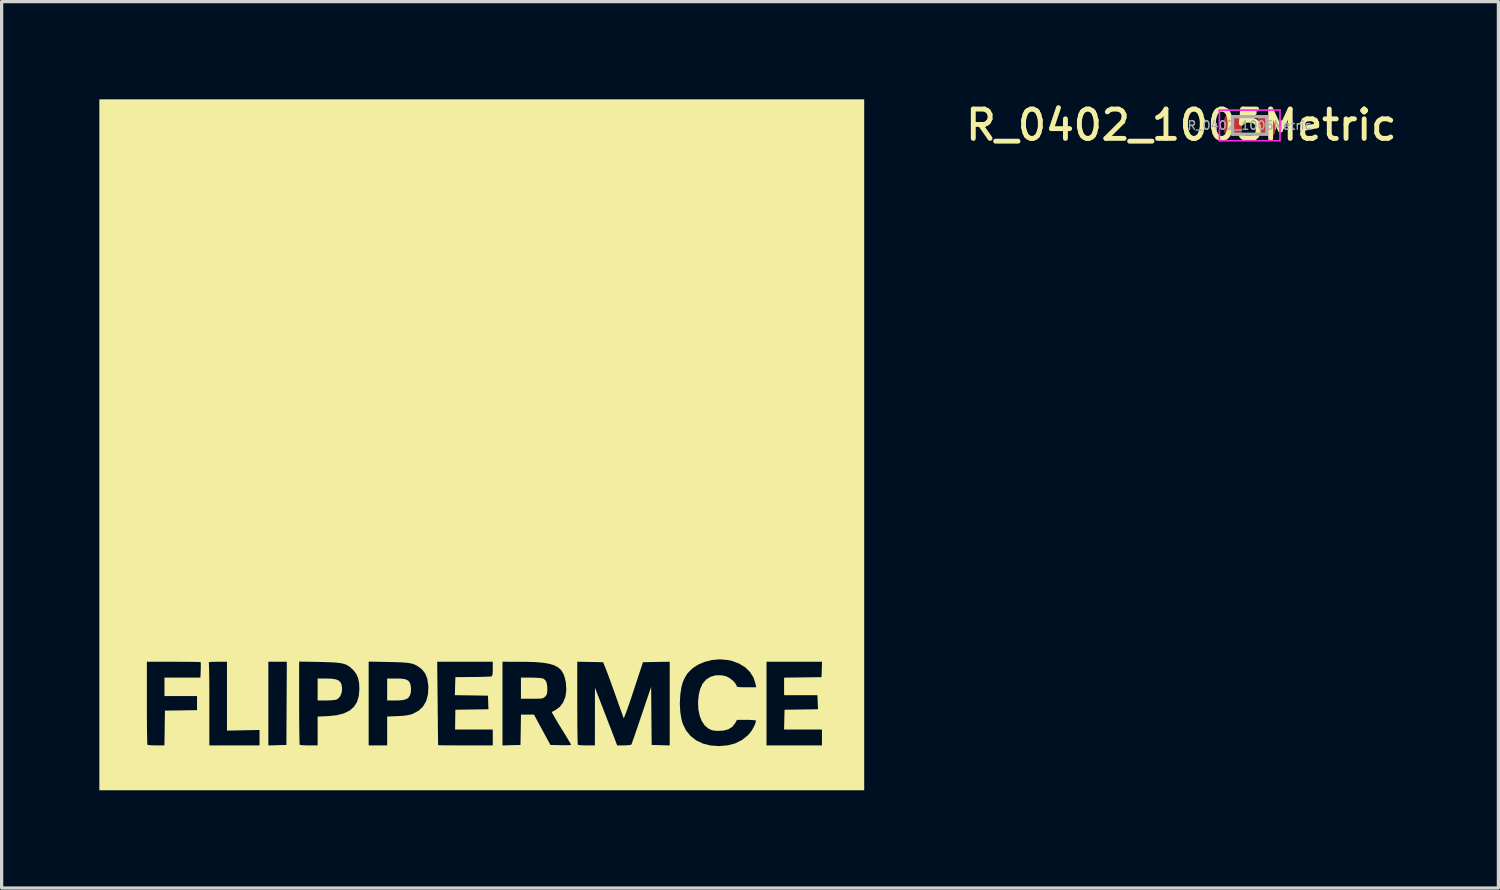
<source format=kicad_pcb>
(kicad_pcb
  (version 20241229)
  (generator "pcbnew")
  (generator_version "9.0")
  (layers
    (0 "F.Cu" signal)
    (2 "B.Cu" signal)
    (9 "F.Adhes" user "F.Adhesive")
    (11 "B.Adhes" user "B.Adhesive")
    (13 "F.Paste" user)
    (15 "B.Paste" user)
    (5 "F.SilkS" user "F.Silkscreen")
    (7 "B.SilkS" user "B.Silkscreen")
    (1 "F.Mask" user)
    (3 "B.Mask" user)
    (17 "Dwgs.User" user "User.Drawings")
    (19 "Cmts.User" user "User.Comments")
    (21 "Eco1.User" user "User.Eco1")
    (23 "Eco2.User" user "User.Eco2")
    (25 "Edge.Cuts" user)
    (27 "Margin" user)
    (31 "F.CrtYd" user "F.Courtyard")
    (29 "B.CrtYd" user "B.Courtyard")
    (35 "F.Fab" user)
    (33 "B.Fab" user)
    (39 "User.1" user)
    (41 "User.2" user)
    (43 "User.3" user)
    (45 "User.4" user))
  (footprint "R_0402_1005Metric"
    (layer "F.Cu")
    (at 35.316 0.8)
    (property "Reference" "R_0402_1005Metric" (at -2.1 -0.01 0) (layer "F.SilkS") (effects (font (size 0.9 0.9) (thickness 0.15))))
    (attr smd)
    (fp_line (start -0.154 -0.38) (end 0.154 -0.38) (stroke (width 0.12) (type solid)) (layer "F.SilkS"))
    (fp_line (start -0.154 0.38) (end 0.154 0.38) (stroke (width 0.12) (type solid)) (layer "F.SilkS"))
    (fp_line (start -0.93 -0.47) (end 0.93 -0.47) (stroke (width 0.05) (type solid)) (layer "F.CrtYd"))
    (fp_line (start -0.93 0.47) (end -0.93 -0.47) (stroke (width 0.05) (type solid)) (layer "F.CrtYd"))
    (fp_line (start 0.93 -0.47) (end 0.93 0.47) (stroke (width 0.05) (type solid)) (layer "F.CrtYd"))
    (fp_line (start 0.93 0.47) (end -0.93 0.47) (stroke (width 0.05) (type solid)) (layer "F.CrtYd"))
    (fp_line (start -0.525 -0.27) (end 0.525 -0.27) (stroke (width 0.1) (type solid)) (layer "F.Fab"))
    (fp_line (start -0.525 0.27) (end -0.525 -0.27) (stroke (width 0.1) (type solid)) (layer "F.Fab"))
    (fp_line (start 0.525 -0.27) (end 0.525 0.27) (stroke (width 0.1) (type solid)) (layer "F.Fab"))
    (fp_line (start 0.525 0.27) (end -0.525 0.27) (stroke (width 0.1) (type solid)) (layer "F.Fab"))
    (fp_text user "${REFERENCE}" (at 0 0 0) (layer "F.Fab") (effects (font (size 0.26 0.26) (thickness 0.04))))
    (pad "1" smd roundrect (at -0.51 0) (size 0.54 0.64) (layers "F.Cu" "F.Mask" "F.Paste") (roundrect_rratio 0.25))
    (pad "2" smd roundrect (at 0.51 0) (size 0.54 0.64) (layers "F.Cu" "F.Mask" "F.Paste") (roundrect_rratio 0.25)))
  (footprint "flipper-LOGO-1"
    (layer "F.Cu")
    (at 11.727 10.592)
    (property "Reference" "flipper-LOGO-1" (at 0 0 0) (layer "F.SilkS") (effects (font (size 1.5 1.5) (thickness 0.3))))
    (attr board_only exclude_from_pos_files exclude_from_bom)
    (fp_poly (pts (xy -4.594 7.194) (xy -4.466 7.214) (xy -4.378 7.252) (xy -4.321 7.308) (xy -4.298 7.356) (xy -4.274 7.485) (xy -4.285 7.613) (xy -4.328 7.726) (xy -4.399 7.808) (xy -4.431 7.829) (xy -4.493 7.845) (xy -4.596 7.857) (xy -4.726 7.862) (xy -4.763 7.863) (xy -5.026 7.863) (xy -5.026 7.525) (xy -5.026 7.188) (xy -4.767 7.188)) (stroke (width 0) (type solid)) (fill yes) (layer "F.SilkS"))
    (fp_poly (pts (xy -2.481 7.191) (xy -2.369 7.203) (xy -2.29 7.227) (xy -2.235 7.265) (xy -2.201 7.307) (xy -2.171 7.389) (xy -2.158 7.499) (xy -2.165 7.613) (xy -2.188 7.698) (xy -2.23 7.769) (xy -2.295 7.817) (xy -2.391 7.847) (xy -2.525 7.861) (xy -2.632 7.863) (xy -2.891 7.863) (xy -2.891 7.525) (xy -2.891 7.188) (xy -2.636 7.188)) (stroke (width 0) (type solid)) (fill yes) (layer "F.SilkS"))
    (fp_poly (pts (xy 1.656 7.163) (xy 1.772 7.17) (xy 1.859 7.18) (xy 1.901 7.191) (xy 1.966 7.241) (xy 2.007 7.324) (xy 2.025 7.447) (xy 2.027 7.514) (xy 2.023 7.613) (xy 2.008 7.678) (xy 1.976 7.727) (xy 1.96 7.743) (xy 1.93 7.77) (xy 1.897 7.789) (xy 1.851 7.801) (xy 1.78 7.807) (xy 1.675 7.809) (xy 1.555 7.809) (xy 1.216 7.809) (xy 1.216 7.485) (xy 1.216 7.161) (xy 1.525 7.161)) (stroke (width 0) (type solid)) (fill yes) (layer "F.SilkS"))
    (fp_poly (pts (xy 11.754 0.014) (xy 11.754 10.619) (xy 0.014 10.619) (xy -11.727 10.619) (xy -11.727 7.94) (xy -10.268 7.94) (xy -10.268 8.196) (xy -10.267 8.436) (xy -10.265 8.654) (xy -10.263 8.844) (xy -10.26 9.002) (xy -10.257 9.121) (xy -10.254 9.197) (xy -10.25 9.223) (xy -10.217 9.231) (xy -10.142 9.237) (xy -10.04 9.241) (xy -9.98 9.241) (xy -9.729 9.241) (xy -9.721 8.708) (xy -9.714 8.174) (xy -9.221 8.167) (xy -8.728 8.159) (xy -8.728 7.944) (xy -8.728 7.728) (xy -9.228 7.728) (xy -9.728 7.728) (xy -9.728 7.444) (xy -9.728 7.161) (xy -9.176 7.161) (xy -8.624 7.161) (xy -8.615 6.929) (xy -8.612 6.823) (xy -8.613 6.739) (xy -8.615 6.7) (xy -8.368 6.7) (xy -8.366 6.717) (xy -8.363 6.752) (xy -8.359 6.836) (xy -8.357 6.962) (xy -8.354 7.126) (xy -8.352 7.321) (xy -8.351 7.543) (xy -8.35 7.785) (xy -8.35 8.001) (xy -8.35 9.241) (xy -7.579 9.241) (xy -6.809 9.241) (xy -6.809 9.005) (xy -6.809 8.768) (xy -7.309 8.778) (xy -7.809 8.788) (xy -7.809 7.959) (xy -6.539 7.959) (xy -6.539 9.243) (xy -6.262 9.235) (xy -5.985 9.228) (xy -5.978 7.951) (xy -5.978 7.937) (xy -5.593 7.937) (xy -5.593 8.194) (xy -5.592 8.434) (xy -5.59 8.652) (xy -5.588 8.843) (xy -5.585 9.001) (xy -5.582 9.12) (xy -5.579 9.196) (xy -5.575 9.223) (xy -5.542 9.231) (xy -5.468 9.237) (xy -5.364 9.241) (xy -5.292 9.241) (xy -5.026 9.241) (xy -5.026 8.799) (xy -5.026 8.357) (xy -4.708 8.343) (xy -4.443 8.316) (xy -4.222 8.26) (xy -4.045 8.174) (xy -3.91 8.057) (xy -3.846 7.955) (xy -3.459 7.955) (xy -3.459 9.241) (xy -3.175 9.241) (xy -2.891 9.241) (xy -2.891 8.799) (xy -2.891 8.356) (xy -2.574 8.343) (xy -2.403 8.333) (xy -2.272 8.317) (xy -2.166 8.293) (xy -2.104 8.272) (xy -1.927 8.178) (xy -1.79 8.048) (xy -1.694 7.883) (xy -1.639 7.684) (xy -1.626 7.453) (xy -1.629 7.385) (xy -1.661 7.189) (xy -1.724 7.032) (xy -1.824 6.907) (xy -1.903 6.844) (xy -1.973 6.799) (xy -2.039 6.763) (xy -2.111 6.737) (xy -2.196 6.717) (xy -2.302 6.703) (xy -2.437 6.694) (xy -2.609 6.687) (xy -2.827 6.682) (xy -2.844 6.681) (xy -3.2 6.674) (xy -1.355 6.674) (xy -1.341 7.951) (xy -1.339 8.208) (xy -1.336 8.448) (xy -1.334 8.666) (xy -1.332 8.856) (xy -1.33 9.013) (xy -1.328 9.132) (xy -1.327 9.208) (xy -1.326 9.235) (xy -1.3 9.236) (xy -1.226 9.238) (xy -1.111 9.239) (xy -0.961 9.24) (xy -0.784 9.241) (xy -0.585 9.241) (xy -0.486 9.241) (xy 0.351 9.241) (xy 0.351 8.998) (xy 0.351 8.755) (xy -0.227 8.755) (xy -0.806 8.755) (xy -0.802 8.451) (xy -0.797 8.147) (xy -0.289 8.14) (xy 0.218 8.132) (xy 0.212 7.959) (xy 0.649 7.959) (xy 0.649 9.243) (xy 0.925 9.235) (xy 1.202 9.228) (xy 1.21 8.762) (xy 1.217 8.296) (xy 1.417 8.296) (xy 1.616 8.296) (xy 1.868 8.762) (xy 2.121 9.228) (xy 2.439 9.235) (xy 2.562 9.237) (xy 2.664 9.235) (xy 2.732 9.231) (xy 2.756 9.224) (xy 2.743 9.196) (xy 2.705 9.13) (xy 2.649 9.036) (xy 2.58 8.922) (xy 2.545 8.865) (xy 2.461 8.73) (xy 2.379 8.596) (xy 2.308 8.477) (xy 2.255 8.387) (xy 2.246 8.371) (xy 2.159 8.217) (xy 2.265 8.163) (xy 2.406 8.062) (xy 2.499 7.939) (xy 2.945 7.939) (xy 2.946 8.196) (xy 2.947 8.435) (xy 2.948 8.653) (xy 2.951 8.844) (xy 2.953 9.001) (xy 2.956 9.121) (xy 2.96 9.197) (xy 2.963 9.223) (xy 2.997 9.231) (xy 3.071 9.237) (xy 3.173 9.241) (xy 3.234 9.241) (xy 3.486 9.241) (xy 3.487 8.356) (xy 3.488 7.471) (xy 3.577 7.701) (xy 3.688 7.987) (xy 3.781 8.227) (xy 3.858 8.427) (xy 3.921 8.591) (xy 3.973 8.723) (xy 4.014 8.83) (xy 4.046 8.916) (xy 4.073 8.985) (xy 4.095 9.042) (xy 4.101 9.059) (xy 4.17 9.241) (xy 4.38 9.241) (xy 4.482 9.238) (xy 4.561 9.23) (xy 4.604 9.218) (xy 4.607 9.215) (xy 4.619 9.184) (xy 4.646 9.108) (xy 4.687 8.993) (xy 4.738 8.845) (xy 4.798 8.67) (xy 4.864 8.474) (xy 4.918 8.316) (xy 5.213 7.444) (xy 5.221 8.336) (xy 5.229 9.228) (xy 5.506 9.235) (xy 5.783 9.243) (xy 5.783 7.961) (xy 6.093 7.961) (xy 6.108 8.221) (xy 6.149 8.458) (xy 6.184 8.576) (xy 6.283 8.781) (xy 6.422 8.952) (xy 6.597 9.088) (xy 6.804 9.186) (xy 7.039 9.245) (xy 7.298 9.263) (xy 7.566 9.24) (xy 7.797 9.179) (xy 8.007 9.074) (xy 8.185 8.929) (xy 8.209 8.904) (xy 8.289 8.803) (xy 8.357 8.69) (xy 8.407 8.581) (xy 8.43 8.492) (xy 8.431 8.48) (xy 8.405 8.471) (xy 8.337 8.464) (xy 8.237 8.459) (xy 8.14 8.458) (xy 7.85 8.458) (xy 7.788 8.566) (xy 7.701 8.675) (xy 7.584 8.748) (xy 7.431 8.787) (xy 7.296 8.795) (xy 7.18 8.792) (xy 7.097 8.78) (xy 7.025 8.753) (xy 6.967 8.721) (xy 6.853 8.624) (xy 6.763 8.486) (xy 6.699 8.316) (xy 6.661 8.121) (xy 6.655 7.958) (xy 8.755 7.958) (xy 8.755 9.241) (xy 9.606 9.241) (xy 10.457 9.241) (xy 10.457 8.998) (xy 10.457 8.755) (xy 9.875 8.755) (xy 9.294 8.755) (xy 9.301 8.451) (xy 9.309 8.147) (xy 9.822 8.14) (xy 10.336 8.132) (xy 10.327 7.917) (xy 10.318 7.701) (xy 9.807 7.701) (xy 9.295 7.701) (xy 9.295 7.431) (xy 9.295 7.162) (xy 9.87 7.154) (xy 10.444 7.147) (xy 10.452 6.911) (xy 10.459 6.674) (xy 9.607 6.674) (xy 8.755 6.674) (xy 8.755 7.958) (xy 6.655 7.958) (xy 6.653 7.909) (xy 6.675 7.69) (xy 6.717 7.512) (xy 6.791 7.349) (xy 6.901 7.221) (xy 7.041 7.133) (xy 7.203 7.088) (xy 7.379 7.089) (xy 7.519 7.122) (xy 7.604 7.164) (xy 7.691 7.227) (xy 7.768 7.3) (xy 7.82 7.369) (xy 7.836 7.417) (xy 7.845 7.435) (xy 7.876 7.447) (xy 7.938 7.454) (xy 8.04 7.457) (xy 8.136 7.458) (xy 8.437 7.458) (xy 8.418 7.357) (xy 8.357 7.161) (xy 8.249 6.989) (xy 8.099 6.843) (xy 7.912 6.728) (xy 7.691 6.647) (xy 7.563 6.62) (xy 7.324 6.6) (xy 7.087 6.62) (xy 6.86 6.676) (xy 6.653 6.764) (xy 6.475 6.882) (xy 6.334 7.025) (xy 6.299 7.074) (xy 6.23 7.195) (xy 6.179 7.316) (xy 6.143 7.454) (xy 6.116 7.624) (xy 6.107 7.696) (xy 6.093 7.961) (xy 5.783 7.961) (xy 5.783 7.958) (xy 5.783 6.673) (xy 5.372 6.68) (xy 4.962 6.688) (xy 4.673 7.566) (xy 4.605 7.771) (xy 4.542 7.956) (xy 4.486 8.117) (xy 4.438 8.247) (xy 4.401 8.342) (xy 4.377 8.395) (xy 4.369 8.404) (xy 4.356 8.368) (xy 4.327 8.289) (xy 4.286 8.173) (xy 4.234 8.028) (xy 4.175 7.862) (xy 4.121 7.711) (xy 4.054 7.522) (xy 3.988 7.339) (xy 3.927 7.171) (xy 3.874 7.029) (xy 3.833 6.922) (xy 3.814 6.873) (xy 3.738 6.688) (xy 3.342 6.68) (xy 2.945 6.673) (xy 2.945 7.939) (xy 2.499 7.939) (xy 2.511 7.923) (xy 2.58 7.752) (xy 2.609 7.553) (xy 2.597 7.332) (xy 2.595 7.314) (xy 2.562 7.161) (xy 2.515 7.033) (xy 2.447 6.928) (xy 2.355 6.845) (xy 2.234 6.781) (xy 2.079 6.735) (xy 1.887 6.703) (xy 1.651 6.684) (xy 1.369 6.676) (xy 1.236 6.675) (xy 0.649 6.674) (xy 0.649 7.959) (xy 0.212 7.959) (xy 0.211 7.923) (xy 0.203 7.715) (xy -0.305 7.707) (xy -0.813 7.7) (xy -0.805 7.423) (xy -0.797 7.147) (xy -0.26 7.142) (xy -0.093 7.14) (xy 0.056 7.136) (xy 0.179 7.132) (xy 0.267 7.128) (xy 0.312 7.123) (xy 0.314 7.123) (xy 0.334 7.098) (xy 0.346 7.038) (xy 0.351 6.934) (xy 0.351 6.891) (xy 0.351 6.674) (xy -0.502 6.674) (xy -1.355 6.674) (xy -3.2 6.674) (xy -3.459 6.669) (xy -3.459 7.955) (xy -3.846 7.955) (xy -3.816 7.907) (xy -3.761 7.723) (xy -3.744 7.525) (xy -3.752 7.331) (xy -3.783 7.175) (xy -3.84 7.047) (xy -3.926 6.935) (xy -3.944 6.918) (xy -4.013 6.852) (xy -4.081 6.801) (xy -4.153 6.762) (xy -4.239 6.733) (xy -4.345 6.712) (xy -4.479 6.698) (xy -4.649 6.689) (xy -4.863 6.682) (xy -4.965 6.68) (xy -5.593 6.669) (xy -5.593 7.937) (xy -5.978 7.937) (xy -5.971 6.674) (xy -6.255 6.674) (xy -6.539 6.674) (xy -6.539 7.959) (xy -7.809 7.959) (xy -7.809 7.731) (xy -7.809 6.674) (xy -8.096 6.674) (xy -8.223 6.675) (xy -8.306 6.679) (xy -8.351 6.686) (xy -8.368 6.7) (xy -8.615 6.7) (xy -8.616 6.691) (xy -8.618 6.685) (xy -8.646 6.683) (xy -8.723 6.68) (xy -8.839 6.678) (xy -8.99 6.676) (xy -9.168 6.675) (xy -9.367 6.674) (xy -9.448 6.674) (xy -10.268 6.674) (xy -10.268 7.94) (xy -11.727 7.94) (xy -11.727 0.014) (xy -11.727 -10.592) (xy 0.014 -10.592) (xy 11.754 -10.592)) (stroke (width 0) (type solid)) (fill yes) (layer "F.SilkS")))
  (gr_rect
    (start -3 -3)
    (end 42.951 24.212)
    (stroke (width 0.1) (type default))
    (fill no)
    (layer "Edge.Cuts")))
</source>
